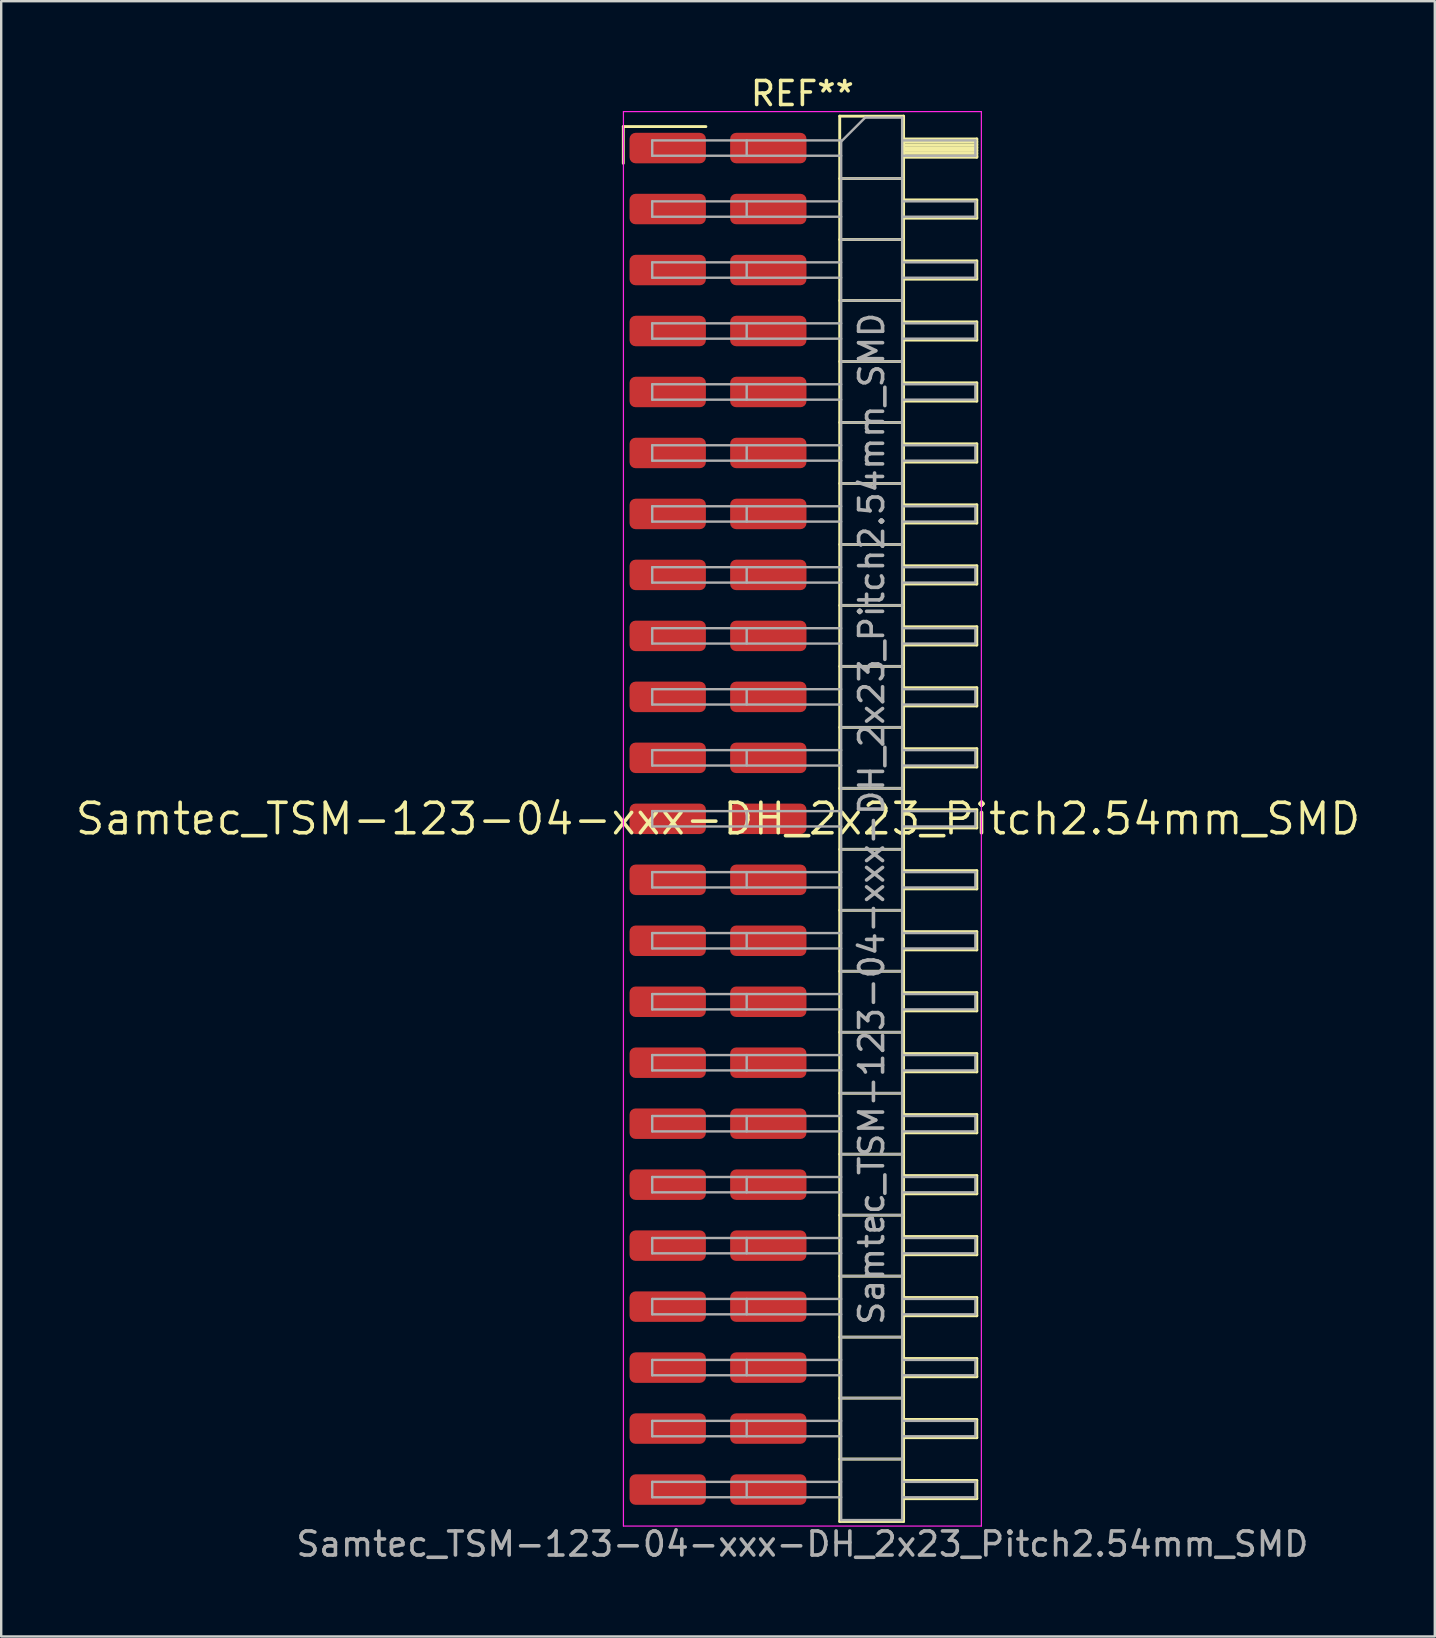
<source format=kicad_pcb>
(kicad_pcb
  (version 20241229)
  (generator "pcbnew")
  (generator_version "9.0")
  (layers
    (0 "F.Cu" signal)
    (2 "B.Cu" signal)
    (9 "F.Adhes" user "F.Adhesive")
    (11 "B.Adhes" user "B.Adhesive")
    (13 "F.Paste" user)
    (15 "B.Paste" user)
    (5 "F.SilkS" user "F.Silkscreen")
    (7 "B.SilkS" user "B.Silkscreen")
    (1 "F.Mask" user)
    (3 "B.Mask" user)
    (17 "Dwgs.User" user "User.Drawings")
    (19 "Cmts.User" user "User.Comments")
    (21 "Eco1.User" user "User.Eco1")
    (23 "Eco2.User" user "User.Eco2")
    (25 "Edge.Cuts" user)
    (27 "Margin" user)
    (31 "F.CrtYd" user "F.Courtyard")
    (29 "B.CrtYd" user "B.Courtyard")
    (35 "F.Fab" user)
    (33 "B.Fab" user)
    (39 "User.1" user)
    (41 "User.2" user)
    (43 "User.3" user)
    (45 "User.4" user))
  (footprint "Samtec_TSM-123-04-xxx-DH_2x23_Pitch2.54mm_SMD"
    (layer "F.Cu")
    (at 26.859 31.058)
    (property "Reference" "Samtec_TSM-123-04-xxx-DH_2x23_Pitch2.54mm_SMD" (at 0 0 0) (layer "F.SilkS") (effects (font (size 1.27 1.27) (thickness 0.15))))
    (attr smd)
    (fp_line (start -3.945 -28.835) (end -0.505 -28.835) (stroke (width 0.12) (type solid)) (layer "F.SilkS"))
    (fp_line (start -3.945 -27.305) (end -3.945 -28.835) (stroke (width 0.12) (type solid)) (layer "F.SilkS"))
    (fp_line (start 5.07 -29.27) (end 7.73 -29.27) (stroke (width 0.12) (type solid)) (layer "F.SilkS"))
    (fp_line (start 5.07 -26.67) (end 7.73 -26.67) (stroke (width 0.12) (type solid)) (layer "F.SilkS"))
    (fp_line (start 5.07 -24.13) (end 7.73 -24.13) (stroke (width 0.12) (type solid)) (layer "F.SilkS"))
    (fp_line (start 5.07 -21.59) (end 7.73 -21.59) (stroke (width 0.12) (type solid)) (layer "F.SilkS"))
    (fp_line (start 5.07 -19.05) (end 7.73 -19.05) (stroke (width 0.12) (type solid)) (layer "F.SilkS"))
    (fp_line (start 5.07 -16.51) (end 7.73 -16.51) (stroke (width 0.12) (type solid)) (layer "F.SilkS"))
    (fp_line (start 5.07 -13.97) (end 7.73 -13.97) (stroke (width 0.12) (type solid)) (layer "F.SilkS"))
    (fp_line (start 5.07 -11.43) (end 7.73 -11.43) (stroke (width 0.12) (type solid)) (layer "F.SilkS"))
    (fp_line (start 5.07 -8.89) (end 7.73 -8.89) (stroke (width 0.12) (type solid)) (layer "F.SilkS"))
    (fp_line (start 5.07 -6.35) (end 7.73 -6.35) (stroke (width 0.12) (type solid)) (layer "F.SilkS"))
    (fp_line (start 5.07 -3.81) (end 7.73 -3.81) (stroke (width 0.12) (type solid)) (layer "F.SilkS"))
    (fp_line (start 5.07 -1.27) (end 7.73 -1.27) (stroke (width 0.12) (type solid)) (layer "F.SilkS"))
    (fp_line (start 5.07 1.27) (end 7.73 1.27) (stroke (width 0.12) (type solid)) (layer "F.SilkS"))
    (fp_line (start 5.07 3.81) (end 7.73 3.81) (stroke (width 0.12) (type solid)) (layer "F.SilkS"))
    (fp_line (start 5.07 6.35) (end 7.73 6.35) (stroke (width 0.12) (type solid)) (layer "F.SilkS"))
    (fp_line (start 5.07 8.89) (end 7.73 8.89) (stroke (width 0.12) (type solid)) (layer "F.SilkS"))
    (fp_line (start 5.07 11.43) (end 7.73 11.43) (stroke (width 0.12) (type solid)) (layer "F.SilkS"))
    (fp_line (start 5.07 13.97) (end 7.73 13.97) (stroke (width 0.12) (type solid)) (layer "F.SilkS"))
    (fp_line (start 5.07 16.51) (end 7.73 16.51) (stroke (width 0.12) (type solid)) (layer "F.SilkS"))
    (fp_line (start 5.07 19.05) (end 7.73 19.05) (stroke (width 0.12) (type solid)) (layer "F.SilkS"))
    (fp_line (start 5.07 21.59) (end 7.73 21.59) (stroke (width 0.12) (type solid)) (layer "F.SilkS"))
    (fp_line (start 5.07 24.13) (end 7.73 24.13) (stroke (width 0.12) (type solid)) (layer "F.SilkS"))
    (fp_line (start 5.07 26.67) (end 7.73 26.67) (stroke (width 0.12) (type solid)) (layer "F.SilkS"))
    (fp_line (start 5.07 29.27) (end 5.07 -29.27) (stroke (width 0.12) (type solid)) (layer "F.SilkS"))
    (fp_line (start 7.73 -29.27) (end 7.73 29.27) (stroke (width 0.12) (type solid)) (layer "F.SilkS"))
    (fp_line (start 7.73 -28.32) (end 10.78 -28.32) (stroke (width 0.12) (type solid)) (layer "F.SilkS"))
    (fp_line (start 7.73 -28.2) (end 10.78 -28.2) (stroke (width 0.12) (type solid)) (layer "F.SilkS"))
    (fp_line (start 7.73 -28.08) (end 10.78 -28.08) (stroke (width 0.12) (type solid)) (layer "F.SilkS"))
    (fp_line (start 7.73 -27.96) (end 10.78 -27.96) (stroke (width 0.12) (type solid)) (layer "F.SilkS"))
    (fp_line (start 7.73 -27.84) (end 10.78 -27.84) (stroke (width 0.12) (type solid)) (layer "F.SilkS"))
    (fp_line (start 7.73 -27.72) (end 10.78 -27.72) (stroke (width 0.12) (type solid)) (layer "F.SilkS"))
    (fp_line (start 7.73 -27.6) (end 10.78 -27.6) (stroke (width 0.12) (type solid)) (layer "F.SilkS"))
    (fp_line (start 7.73 -27.56) (end 10.78 -27.56) (stroke (width 0.12) (type solid)) (layer "F.SilkS"))
    (fp_line (start 7.73 -25.78) (end 10.78 -25.78) (stroke (width 0.12) (type solid)) (layer "F.SilkS"))
    (fp_line (start 7.73 -25.02) (end 10.78 -25.02) (stroke (width 0.12) (type solid)) (layer "F.SilkS"))
    (fp_line (start 7.73 -23.24) (end 10.78 -23.24) (stroke (width 0.12) (type solid)) (layer "F.SilkS"))
    (fp_line (start 7.73 -22.48) (end 10.78 -22.48) (stroke (width 0.12) (type solid)) (layer "F.SilkS"))
    (fp_line (start 7.73 -20.7) (end 10.78 -20.7) (stroke (width 0.12) (type solid)) (layer "F.SilkS"))
    (fp_line (start 7.73 -19.94) (end 10.78 -19.94) (stroke (width 0.12) (type solid)) (layer "F.SilkS"))
    (fp_line (start 7.73 -18.16) (end 10.78 -18.16) (stroke (width 0.12) (type solid)) (layer "F.SilkS"))
    (fp_line (start 7.73 -17.4) (end 10.78 -17.4) (stroke (width 0.12) (type solid)) (layer "F.SilkS"))
    (fp_line (start 7.73 -15.62) (end 10.78 -15.62) (stroke (width 0.12) (type solid)) (layer "F.SilkS"))
    (fp_line (start 7.73 -14.86) (end 10.78 -14.86) (stroke (width 0.12) (type solid)) (layer "F.SilkS"))
    (fp_line (start 7.73 -13.08) (end 10.78 -13.08) (stroke (width 0.12) (type solid)) (layer "F.SilkS"))
    (fp_line (start 7.73 -12.32) (end 10.78 -12.32) (stroke (width 0.12) (type solid)) (layer "F.SilkS"))
    (fp_line (start 7.73 -10.54) (end 10.78 -10.54) (stroke (width 0.12) (type solid)) (layer "F.SilkS"))
    (fp_line (start 7.73 -9.78) (end 10.78 -9.78) (stroke (width 0.12) (type solid)) (layer "F.SilkS"))
    (fp_line (start 7.73 -8) (end 10.78 -8) (stroke (width 0.12) (type solid)) (layer "F.SilkS"))
    (fp_line (start 7.73 -7.24) (end 10.78 -7.24) (stroke (width 0.12) (type solid)) (layer "F.SilkS"))
    (fp_line (start 7.73 -5.46) (end 10.78 -5.46) (stroke (width 0.12) (type solid)) (layer "F.SilkS"))
    (fp_line (start 7.73 -4.7) (end 10.78 -4.7) (stroke (width 0.12) (type solid)) (layer "F.SilkS"))
    (fp_line (start 7.73 -2.92) (end 10.78 -2.92) (stroke (width 0.12) (type solid)) (layer "F.SilkS"))
    (fp_line (start 7.73 -2.16) (end 10.78 -2.16) (stroke (width 0.12) (type solid)) (layer "F.SilkS"))
    (fp_line (start 7.73 -0.38) (end 10.78 -0.38) (stroke (width 0.12) (type solid)) (layer "F.SilkS"))
    (fp_line (start 7.73 0.38) (end 10.78 0.38) (stroke (width 0.12) (type solid)) (layer "F.SilkS"))
    (fp_line (start 7.73 2.16) (end 10.78 2.16) (stroke (width 0.12) (type solid)) (layer "F.SilkS"))
    (fp_line (start 7.73 2.92) (end 10.78 2.92) (stroke (width 0.12) (type solid)) (layer "F.SilkS"))
    (fp_line (start 7.73 4.7) (end 10.78 4.7) (stroke (width 0.12) (type solid)) (layer "F.SilkS"))
    (fp_line (start 7.73 5.46) (end 10.78 5.46) (stroke (width 0.12) (type solid)) (layer "F.SilkS"))
    (fp_line (start 7.73 7.24) (end 10.78 7.24) (stroke (width 0.12) (type solid)) (layer "F.SilkS"))
    (fp_line (start 7.73 8) (end 10.78 8) (stroke (width 0.12) (type solid)) (layer "F.SilkS"))
    (fp_line (start 7.73 9.78) (end 10.78 9.78) (stroke (width 0.12) (type solid)) (layer "F.SilkS"))
    (fp_line (start 7.73 10.54) (end 10.78 10.54) (stroke (width 0.12) (type solid)) (layer "F.SilkS"))
    (fp_line (start 7.73 12.32) (end 10.78 12.32) (stroke (width 0.12) (type solid)) (layer "F.SilkS"))
    (fp_line (start 7.73 13.08) (end 10.78 13.08) (stroke (width 0.12) (type solid)) (layer "F.SilkS"))
    (fp_line (start 7.73 14.86) (end 10.78 14.86) (stroke (width 0.12) (type solid)) (layer "F.SilkS"))
    (fp_line (start 7.73 15.62) (end 10.78 15.62) (stroke (width 0.12) (type solid)) (layer "F.SilkS"))
    (fp_line (start 7.73 17.4) (end 10.78 17.4) (stroke (width 0.12) (type solid)) (layer "F.SilkS"))
    (fp_line (start 7.73 18.16) (end 10.78 18.16) (stroke (width 0.12) (type solid)) (layer "F.SilkS"))
    (fp_line (start 7.73 19.94) (end 10.78 19.94) (stroke (width 0.12) (type solid)) (layer "F.SilkS"))
    (fp_line (start 7.73 20.7) (end 10.78 20.7) (stroke (width 0.12) (type solid)) (layer "F.SilkS"))
    (fp_line (start 7.73 22.48) (end 10.78 22.48) (stroke (width 0.12) (type solid)) (layer "F.SilkS"))
    (fp_line (start 7.73 23.24) (end 10.78 23.24) (stroke (width 0.12) (type solid)) (layer "F.SilkS"))
    (fp_line (start 7.73 25.02) (end 10.78 25.02) (stroke (width 0.12) (type solid)) (layer "F.SilkS"))
    (fp_line (start 7.73 25.78) (end 10.78 25.78) (stroke (width 0.12) (type solid)) (layer "F.SilkS"))
    (fp_line (start 7.73 27.56) (end 10.78 27.56) (stroke (width 0.12) (type solid)) (layer "F.SilkS"))
    (fp_line (start 7.73 28.32) (end 10.78 28.32) (stroke (width 0.12) (type solid)) (layer "F.SilkS"))
    (fp_line (start 7.73 29.27) (end 5.07 29.27) (stroke (width 0.12) (type solid)) (layer "F.SilkS"))
    (fp_line (start 10.78 -28.32) (end 10.78 -27.56) (stroke (width 0.12) (type solid)) (layer "F.SilkS"))
    (fp_line (start 10.78 -25.78) (end 10.78 -25.02) (stroke (width 0.12) (type solid)) (layer "F.SilkS"))
    (fp_line (start 10.78 -23.24) (end 10.78 -22.48) (stroke (width 0.12) (type solid)) (layer "F.SilkS"))
    (fp_line (start 10.78 -20.7) (end 10.78 -19.94) (stroke (width 0.12) (type solid)) (layer "F.SilkS"))
    (fp_line (start 10.78 -18.16) (end 10.78 -17.4) (stroke (width 0.12) (type solid)) (layer "F.SilkS"))
    (fp_line (start 10.78 -15.62) (end 10.78 -14.86) (stroke (width 0.12) (type solid)) (layer "F.SilkS"))
    (fp_line (start 10.78 -13.08) (end 10.78 -12.32) (stroke (width 0.12) (type solid)) (layer "F.SilkS"))
    (fp_line (start 10.78 -10.54) (end 10.78 -9.78) (stroke (width 0.12) (type solid)) (layer "F.SilkS"))
    (fp_line (start 10.78 -8) (end 10.78 -7.24) (stroke (width 0.12) (type solid)) (layer "F.SilkS"))
    (fp_line (start 10.78 -5.46) (end 10.78 -4.7) (stroke (width 0.12) (type solid)) (layer "F.SilkS"))
    (fp_line (start 10.78 -2.92) (end 10.78 -2.16) (stroke (width 0.12) (type solid)) (layer "F.SilkS"))
    (fp_line (start 10.78 -0.38) (end 10.78 0.38) (stroke (width 0.12) (type solid)) (layer "F.SilkS"))
    (fp_line (start 10.78 2.16) (end 10.78 2.92) (stroke (width 0.12) (type solid)) (layer "F.SilkS"))
    (fp_line (start 10.78 4.7) (end 10.78 5.46) (stroke (width 0.12) (type solid)) (layer "F.SilkS"))
    (fp_line (start 10.78 7.24) (end 10.78 8) (stroke (width 0.12) (type solid)) (layer "F.SilkS"))
    (fp_line (start 10.78 9.78) (end 10.78 10.54) (stroke (width 0.12) (type solid)) (layer "F.SilkS"))
    (fp_line (start 10.78 12.32) (end 10.78 13.08) (stroke (width 0.12) (type solid)) (layer "F.SilkS"))
    (fp_line (start 10.78 14.86) (end 10.78 15.62) (stroke (width 0.12) (type solid)) (layer "F.SilkS"))
    (fp_line (start 10.78 17.4) (end 10.78 18.16) (stroke (width 0.12) (type solid)) (layer "F.SilkS"))
    (fp_line (start 10.78 19.94) (end 10.78 20.7) (stroke (width 0.12) (type solid)) (layer "F.SilkS"))
    (fp_line (start 10.78 22.48) (end 10.78 23.24) (stroke (width 0.12) (type solid)) (layer "F.SilkS"))
    (fp_line (start 10.78 25.02) (end 10.78 25.78) (stroke (width 0.12) (type solid)) (layer "F.SilkS"))
    (fp_line (start 10.78 27.56) (end 10.78 28.32) (stroke (width 0.12) (type solid)) (layer "F.SilkS"))
    (fp_line (start -3.94 -29.46) (end 10.97 -29.46) (stroke (width 0.05) (type solid)) (layer "F.CrtYd"))
    (fp_line (start -3.94 29.46) (end -3.94 -29.46) (stroke (width 0.05) (type solid)) (layer "F.CrtYd"))
    (fp_line (start 10.97 -29.46) (end 10.97 29.46) (stroke (width 0.05) (type solid)) (layer "F.CrtYd"))
    (fp_line (start 10.97 29.46) (end -3.94 29.46) (stroke (width 0.05) (type solid)) (layer "F.CrtYd"))
    (fp_line (start -2.74 -28.26) (end -2.74 -27.62) (stroke (width 0.1) (type solid)) (layer "F.Fab"))
    (fp_line (start -2.74 -28.26) (end 5.13 -28.26) (stroke (width 0.1) (type solid)) (layer "F.Fab"))
    (fp_line (start -2.74 -27.62) (end 5.13 -27.62) (stroke (width 0.1) (type solid)) (layer "F.Fab"))
    (fp_line (start -2.74 -25.72) (end -2.74 -25.08) (stroke (width 0.1) (type solid)) (layer "F.Fab"))
    (fp_line (start -2.74 -25.72) (end 5.13 -25.72) (stroke (width 0.1) (type solid)) (layer "F.Fab"))
    (fp_line (start -2.74 -25.08) (end 5.13 -25.08) (stroke (width 0.1) (type solid)) (layer "F.Fab"))
    (fp_line (start -2.74 -23.18) (end -2.74 -22.54) (stroke (width 0.1) (type solid)) (layer "F.Fab"))
    (fp_line (start -2.74 -23.18) (end 5.13 -23.18) (stroke (width 0.1) (type solid)) (layer "F.Fab"))
    (fp_line (start -2.74 -22.54) (end 5.13 -22.54) (stroke (width 0.1) (type solid)) (layer "F.Fab"))
    (fp_line (start -2.74 -20.64) (end -2.74 -20) (stroke (width 0.1) (type solid)) (layer "F.Fab"))
    (fp_line (start -2.74 -20.64) (end 5.13 -20.64) (stroke (width 0.1) (type solid)) (layer "F.Fab"))
    (fp_line (start -2.74 -20) (end 5.13 -20) (stroke (width 0.1) (type solid)) (layer "F.Fab"))
    (fp_line (start -2.74 -18.1) (end -2.74 -17.46) (stroke (width 0.1) (type solid)) (layer "F.Fab"))
    (fp_line (start -2.74 -18.1) (end 5.13 -18.1) (stroke (width 0.1) (type solid)) (layer "F.Fab"))
    (fp_line (start -2.74 -17.46) (end 5.13 -17.46) (stroke (width 0.1) (type solid)) (layer "F.Fab"))
    (fp_line (start -2.74 -15.56) (end -2.74 -14.92) (stroke (width 0.1) (type solid)) (layer "F.Fab"))
    (fp_line (start -2.74 -15.56) (end 5.13 -15.56) (stroke (width 0.1) (type solid)) (layer "F.Fab"))
    (fp_line (start -2.74 -14.92) (end 5.13 -14.92) (stroke (width 0.1) (type solid)) (layer "F.Fab"))
    (fp_line (start -2.74 -13.02) (end -2.74 -12.38) (stroke (width 0.1) (type solid)) (layer "F.Fab"))
    (fp_line (start -2.74 -13.02) (end 5.13 -13.02) (stroke (width 0.1) (type solid)) (layer "F.Fab"))
    (fp_line (start -2.74 -12.38) (end 5.13 -12.38) (stroke (width 0.1) (type solid)) (layer "F.Fab"))
    (fp_line (start -2.74 -10.48) (end -2.74 -9.84) (stroke (width 0.1) (type solid)) (layer "F.Fab"))
    (fp_line (start -2.74 -10.48) (end 5.13 -10.48) (stroke (width 0.1) (type solid)) (layer "F.Fab"))
    (fp_line (start -2.74 -9.84) (end 5.13 -9.84) (stroke (width 0.1) (type solid)) (layer "F.Fab"))
    (fp_line (start -2.74 -7.94) (end -2.74 -7.3) (stroke (width 0.1) (type solid)) (layer "F.Fab"))
    (fp_line (start -2.74 -7.94) (end 5.13 -7.94) (stroke (width 0.1) (type solid)) (layer "F.Fab"))
    (fp_line (start -2.74 -7.3) (end 5.13 -7.3) (stroke (width 0.1) (type solid)) (layer "F.Fab"))
    (fp_line (start -2.74 -5.4) (end -2.74 -4.76) (stroke (width 0.1) (type solid)) (layer "F.Fab"))
    (fp_line (start -2.74 -5.4) (end 5.13 -5.4) (stroke (width 0.1) (type solid)) (layer "F.Fab"))
    (fp_line (start -2.74 -4.76) (end 5.13 -4.76) (stroke (width 0.1) (type solid)) (layer "F.Fab"))
    (fp_line (start -2.74 -2.86) (end -2.74 -2.22) (stroke (width 0.1) (type solid)) (layer "F.Fab"))
    (fp_line (start -2.74 -2.86) (end 5.13 -2.86) (stroke (width 0.1) (type solid)) (layer "F.Fab"))
    (fp_line (start -2.74 -2.22) (end 5.13 -2.22) (stroke (width 0.1) (type solid)) (layer "F.Fab"))
    (fp_line (start -2.74 -0.32) (end -2.74 0.32) (stroke (width 0.1) (type solid)) (layer "F.Fab"))
    (fp_line (start -2.74 -0.32) (end 5.13 -0.32) (stroke (width 0.1) (type solid)) (layer "F.Fab"))
    (fp_line (start -2.74 0.32) (end 5.13 0.32) (stroke (width 0.1) (type solid)) (layer "F.Fab"))
    (fp_line (start -2.74 2.22) (end -2.74 2.86) (stroke (width 0.1) (type solid)) (layer "F.Fab"))
    (fp_line (start -2.74 2.22) (end 5.13 2.22) (stroke (width 0.1) (type solid)) (layer "F.Fab"))
    (fp_line (start -2.74 2.86) (end 5.13 2.86) (stroke (width 0.1) (type solid)) (layer "F.Fab"))
    (fp_line (start -2.74 4.76) (end -2.74 5.4) (stroke (width 0.1) (type solid)) (layer "F.Fab"))
    (fp_line (start -2.74 4.76) (end 5.13 4.76) (stroke (width 0.1) (type solid)) (layer "F.Fab"))
    (fp_line (start -2.74 5.4) (end 5.13 5.4) (stroke (width 0.1) (type solid)) (layer "F.Fab"))
    (fp_line (start -2.74 7.3) (end -2.74 7.94) (stroke (width 0.1) (type solid)) (layer "F.Fab"))
    (fp_line (start -2.74 7.3) (end 5.13 7.3) (stroke (width 0.1) (type solid)) (layer "F.Fab"))
    (fp_line (start -2.74 7.94) (end 5.13 7.94) (stroke (width 0.1) (type solid)) (layer "F.Fab"))
    (fp_line (start -2.74 9.84) (end -2.74 10.48) (stroke (width 0.1) (type solid)) (layer "F.Fab"))
    (fp_line (start -2.74 9.84) (end 5.13 9.84) (stroke (width 0.1) (type solid)) (layer "F.Fab"))
    (fp_line (start -2.74 10.48) (end 5.13 10.48) (stroke (width 0.1) (type solid)) (layer "F.Fab"))
    (fp_line (start -2.74 12.38) (end -2.74 13.02) (stroke (width 0.1) (type solid)) (layer "F.Fab"))
    (fp_line (start -2.74 12.38) (end 5.13 12.38) (stroke (width 0.1) (type solid)) (layer "F.Fab"))
    (fp_line (start -2.74 13.02) (end 5.13 13.02) (stroke (width 0.1) (type solid)) (layer "F.Fab"))
    (fp_line (start -2.74 14.92) (end -2.74 15.56) (stroke (width 0.1) (type solid)) (layer "F.Fab"))
    (fp_line (start -2.74 14.92) (end 5.13 14.92) (stroke (width 0.1) (type solid)) (layer "F.Fab"))
    (fp_line (start -2.74 15.56) (end 5.13 15.56) (stroke (width 0.1) (type solid)) (layer "F.Fab"))
    (fp_line (start -2.74 17.46) (end -2.74 18.1) (stroke (width 0.1) (type solid)) (layer "F.Fab"))
    (fp_line (start -2.74 17.46) (end 5.13 17.46) (stroke (width 0.1) (type solid)) (layer "F.Fab"))
    (fp_line (start -2.74 18.1) (end 5.13 18.1) (stroke (width 0.1) (type solid)) (layer "F.Fab"))
    (fp_line (start -2.74 20) (end -2.74 20.64) (stroke (width 0.1) (type solid)) (layer "F.Fab"))
    (fp_line (start -2.74 20) (end 5.13 20) (stroke (width 0.1) (type solid)) (layer "F.Fab"))
    (fp_line (start -2.74 20.64) (end 5.13 20.64) (stroke (width 0.1) (type solid)) (layer "F.Fab"))
    (fp_line (start -2.74 22.54) (end -2.74 23.18) (stroke (width 0.1) (type solid)) (layer "F.Fab"))
    (fp_line (start -2.74 22.54) (end 5.13 22.54) (stroke (width 0.1) (type solid)) (layer "F.Fab"))
    (fp_line (start -2.74 23.18) (end 5.13 23.18) (stroke (width 0.1) (type solid)) (layer "F.Fab"))
    (fp_line (start -2.74 25.08) (end -2.74 25.72) (stroke (width 0.1) (type solid)) (layer "F.Fab"))
    (fp_line (start -2.74 25.08) (end 5.13 25.08) (stroke (width 0.1) (type solid)) (layer "F.Fab"))
    (fp_line (start -2.74 25.72) (end 5.13 25.72) (stroke (width 0.1) (type solid)) (layer "F.Fab"))
    (fp_line (start -2.74 27.62) (end -2.74 28.26) (stroke (width 0.1) (type solid)) (layer "F.Fab"))
    (fp_line (start -2.74 27.62) (end 5.13 27.62) (stroke (width 0.1) (type solid)) (layer "F.Fab"))
    (fp_line (start -2.74 28.26) (end 5.13 28.26) (stroke (width 0.1) (type solid)) (layer "F.Fab"))
    (fp_line (start 1.195 -28.26) (end 1.195 -27.62) (stroke (width 0.1) (type solid)) (layer "F.Fab"))
    (fp_line (start 1.195 -25.72) (end 1.195 -25.08) (stroke (width 0.1) (type solid)) (layer "F.Fab"))
    (fp_line (start 1.195 -23.18) (end 1.195 -22.54) (stroke (width 0.1) (type solid)) (layer "F.Fab"))
    (fp_line (start 1.195 -20.64) (end 1.195 -20) (stroke (width 0.1) (type solid)) (layer "F.Fab"))
    (fp_line (start 1.195 -18.1) (end 1.195 -17.46) (stroke (width 0.1) (type solid)) (layer "F.Fab"))
    (fp_line (start 1.195 -15.56) (end 1.195 -14.92) (stroke (width 0.1) (type solid)) (layer "F.Fab"))
    (fp_line (start 1.195 -13.02) (end 1.195 -12.38) (stroke (width 0.1) (type solid)) (layer "F.Fab"))
    (fp_line (start 1.195 -10.48) (end 1.195 -9.84) (stroke (width 0.1) (type solid)) (layer "F.Fab"))
    (fp_line (start 1.195 -7.94) (end 1.195 -7.3) (stroke (width 0.1) (type solid)) (layer "F.Fab"))
    (fp_line (start 1.195 -5.4) (end 1.195 -4.76) (stroke (width 0.1) (type solid)) (layer "F.Fab"))
    (fp_line (start 1.195 -2.86) (end 1.195 -2.22) (stroke (width 0.1) (type solid)) (layer "F.Fab"))
    (fp_line (start 1.195 -0.32) (end 1.195 0.32) (stroke (width 0.1) (type solid)) (layer "F.Fab"))
    (fp_line (start 1.195 2.22) (end 1.195 2.86) (stroke (width 0.1) (type solid)) (layer "F.Fab"))
    (fp_line (start 1.195 4.76) (end 1.195 5.4) (stroke (width 0.1) (type solid)) (layer "F.Fab"))
    (fp_line (start 1.195 7.3) (end 1.195 7.94) (stroke (width 0.1) (type solid)) (layer "F.Fab"))
    (fp_line (start 1.195 9.84) (end 1.195 10.48) (stroke (width 0.1) (type solid)) (layer "F.Fab"))
    (fp_line (start 1.195 12.38) (end 1.195 13.02) (stroke (width 0.1) (type solid)) (layer "F.Fab"))
    (fp_line (start 1.195 14.92) (end 1.195 15.56) (stroke (width 0.1) (type solid)) (layer "F.Fab"))
    (fp_line (start 1.195 17.46) (end 1.195 18.1) (stroke (width 0.1) (type solid)) (layer "F.Fab"))
    (fp_line (start 1.195 20) (end 1.195 20.64) (stroke (width 0.1) (type solid)) (layer "F.Fab"))
    (fp_line (start 1.195 22.54) (end 1.195 23.18) (stroke (width 0.1) (type solid)) (layer "F.Fab"))
    (fp_line (start 1.195 25.08) (end 1.195 25.72) (stroke (width 0.1) (type solid)) (layer "F.Fab"))
    (fp_line (start 1.195 27.62) (end 1.195 28.26) (stroke (width 0.1) (type solid)) (layer "F.Fab"))
    (fp_line (start 5.13 -28.21) (end 6.13 -29.21) (stroke (width 0.1) (type solid)) (layer "F.Fab"))
    (fp_line (start 5.13 -26.67) (end 7.67 -26.67) (stroke (width 0.1) (type solid)) (layer "F.Fab"))
    (fp_line (start 5.13 -24.13) (end 7.67 -24.13) (stroke (width 0.1) (type solid)) (layer "F.Fab"))
    (fp_line (start 5.13 -21.59) (end 7.67 -21.59) (stroke (width 0.1) (type solid)) (layer "F.Fab"))
    (fp_line (start 5.13 -19.05) (end 7.67 -19.05) (stroke (width 0.1) (type solid)) (layer "F.Fab"))
    (fp_line (start 5.13 -16.51) (end 7.67 -16.51) (stroke (width 0.1) (type solid)) (layer "F.Fab"))
    (fp_line (start 5.13 -13.97) (end 7.67 -13.97) (stroke (width 0.1) (type solid)) (layer "F.Fab"))
    (fp_line (start 5.13 -11.43) (end 7.67 -11.43) (stroke (width 0.1) (type solid)) (layer "F.Fab"))
    (fp_line (start 5.13 -8.89) (end 7.67 -8.89) (stroke (width 0.1) (type solid)) (layer "F.Fab"))
    (fp_line (start 5.13 -6.35) (end 7.67 -6.35) (stroke (width 0.1) (type solid)) (layer "F.Fab"))
    (fp_line (start 5.13 -3.81) (end 7.67 -3.81) (stroke (width 0.1) (type solid)) (layer "F.Fab"))
    (fp_line (start 5.13 -1.27) (end 7.67 -1.27) (stroke (width 0.1) (type solid)) (layer "F.Fab"))
    (fp_line (start 5.13 1.27) (end 7.67 1.27) (stroke (width 0.1) (type solid)) (layer "F.Fab"))
    (fp_line (start 5.13 3.81) (end 7.67 3.81) (stroke (width 0.1) (type solid)) (layer "F.Fab"))
    (fp_line (start 5.13 6.35) (end 7.67 6.35) (stroke (width 0.1) (type solid)) (layer "F.Fab"))
    (fp_line (start 5.13 8.89) (end 7.67 8.89) (stroke (width 0.1) (type solid)) (layer "F.Fab"))
    (fp_line (start 5.13 11.43) (end 7.67 11.43) (stroke (width 0.1) (type solid)) (layer "F.Fab"))
    (fp_line (start 5.13 13.97) (end 7.67 13.97) (stroke (width 0.1) (type solid)) (layer "F.Fab"))
    (fp_line (start 5.13 16.51) (end 7.67 16.51) (stroke (width 0.1) (type solid)) (layer "F.Fab"))
    (fp_line (start 5.13 19.05) (end 7.67 19.05) (stroke (width 0.1) (type solid)) (layer "F.Fab"))
    (fp_line (start 5.13 21.59) (end 7.67 21.59) (stroke (width 0.1) (type solid)) (layer "F.Fab"))
    (fp_line (start 5.13 24.13) (end 7.67 24.13) (stroke (width 0.1) (type solid)) (layer "F.Fab"))
    (fp_line (start 5.13 26.67) (end 7.67 26.67) (stroke (width 0.1) (type solid)) (layer "F.Fab"))
    (fp_line (start 5.13 29.21) (end 5.13 -28.21) (stroke (width 0.1) (type solid)) (layer "F.Fab"))
    (fp_line (start 6.13 -29.21) (end 7.67 -29.21) (stroke (width 0.1) (type solid)) (layer "F.Fab"))
    (fp_line (start 7.67 -29.21) (end 7.67 29.21) (stroke (width 0.1) (type solid)) (layer "F.Fab"))
    (fp_line (start 7.67 -28.26) (end 10.72 -28.26) (stroke (width 0.1) (type solid)) (layer "F.Fab"))
    (fp_line (start 7.67 -27.62) (end 10.72 -27.62) (stroke (width 0.1) (type solid)) (layer "F.Fab"))
    (fp_line (start 7.67 -25.72) (end 10.72 -25.72) (stroke (width 0.1) (type solid)) (layer "F.Fab"))
    (fp_line (start 7.67 -25.08) (end 10.72 -25.08) (stroke (width 0.1) (type solid)) (layer "F.Fab"))
    (fp_line (start 7.67 -23.18) (end 10.72 -23.18) (stroke (width 0.1) (type solid)) (layer "F.Fab"))
    (fp_line (start 7.67 -22.54) (end 10.72 -22.54) (stroke (width 0.1) (type solid)) (layer "F.Fab"))
    (fp_line (start 7.67 -20.64) (end 10.72 -20.64) (stroke (width 0.1) (type solid)) (layer "F.Fab"))
    (fp_line (start 7.67 -20) (end 10.72 -20) (stroke (width 0.1) (type solid)) (layer "F.Fab"))
    (fp_line (start 7.67 -18.1) (end 10.72 -18.1) (stroke (width 0.1) (type solid)) (layer "F.Fab"))
    (fp_line (start 7.67 -17.46) (end 10.72 -17.46) (stroke (width 0.1) (type solid)) (layer "F.Fab"))
    (fp_line (start 7.67 -15.56) (end 10.72 -15.56) (stroke (width 0.1) (type solid)) (layer "F.Fab"))
    (fp_line (start 7.67 -14.92) (end 10.72 -14.92) (stroke (width 0.1) (type solid)) (layer "F.Fab"))
    (fp_line (start 7.67 -13.02) (end 10.72 -13.02) (stroke (width 0.1) (type solid)) (layer "F.Fab"))
    (fp_line (start 7.67 -12.38) (end 10.72 -12.38) (stroke (width 0.1) (type solid)) (layer "F.Fab"))
    (fp_line (start 7.67 -10.48) (end 10.72 -10.48) (stroke (width 0.1) (type solid)) (layer "F.Fab"))
    (fp_line (start 7.67 -9.84) (end 10.72 -9.84) (stroke (width 0.1) (type solid)) (layer "F.Fab"))
    (fp_line (start 7.67 -7.94) (end 10.72 -7.94) (stroke (width 0.1) (type solid)) (layer "F.Fab"))
    (fp_line (start 7.67 -7.3) (end 10.72 -7.3) (stroke (width 0.1) (type solid)) (layer "F.Fab"))
    (fp_line (start 7.67 -5.4) (end 10.72 -5.4) (stroke (width 0.1) (type solid)) (layer "F.Fab"))
    (fp_line (start 7.67 -4.76) (end 10.72 -4.76) (stroke (width 0.1) (type solid)) (layer "F.Fab"))
    (fp_line (start 7.67 -2.86) (end 10.72 -2.86) (stroke (width 0.1) (type solid)) (layer "F.Fab"))
    (fp_line (start 7.67 -2.22) (end 10.72 -2.22) (stroke (width 0.1) (type solid)) (layer "F.Fab"))
    (fp_line (start 7.67 -0.32) (end 10.72 -0.32) (stroke (width 0.1) (type solid)) (layer "F.Fab"))
    (fp_line (start 7.67 0.32) (end 10.72 0.32) (stroke (width 0.1) (type solid)) (layer "F.Fab"))
    (fp_line (start 7.67 2.22) (end 10.72 2.22) (stroke (width 0.1) (type solid)) (layer "F.Fab"))
    (fp_line (start 7.67 2.86) (end 10.72 2.86) (stroke (width 0.1) (type solid)) (layer "F.Fab"))
    (fp_line (start 7.67 4.76) (end 10.72 4.76) (stroke (width 0.1) (type solid)) (layer "F.Fab"))
    (fp_line (start 7.67 5.4) (end 10.72 5.4) (stroke (width 0.1) (type solid)) (layer "F.Fab"))
    (fp_line (start 7.67 7.3) (end 10.72 7.3) (stroke (width 0.1) (type solid)) (layer "F.Fab"))
    (fp_line (start 7.67 7.94) (end 10.72 7.94) (stroke (width 0.1) (type solid)) (layer "F.Fab"))
    (fp_line (start 7.67 9.84) (end 10.72 9.84) (stroke (width 0.1) (type solid)) (layer "F.Fab"))
    (fp_line (start 7.67 10.48) (end 10.72 10.48) (stroke (width 0.1) (type solid)) (layer "F.Fab"))
    (fp_line (start 7.67 12.38) (end 10.72 12.38) (stroke (width 0.1) (type solid)) (layer "F.Fab"))
    (fp_line (start 7.67 13.02) (end 10.72 13.02) (stroke (width 0.1) (type solid)) (layer "F.Fab"))
    (fp_line (start 7.67 14.92) (end 10.72 14.92) (stroke (width 0.1) (type solid)) (layer "F.Fab"))
    (fp_line (start 7.67 15.56) (end 10.72 15.56) (stroke (width 0.1) (type solid)) (layer "F.Fab"))
    (fp_line (start 7.67 17.46) (end 10.72 17.46) (stroke (width 0.1) (type solid)) (layer "F.Fab"))
    (fp_line (start 7.67 18.1) (end 10.72 18.1) (stroke (width 0.1) (type solid)) (layer "F.Fab"))
    (fp_line (start 7.67 20) (end 10.72 20) (stroke (width 0.1) (type solid)) (layer "F.Fab"))
    (fp_line (start 7.67 20.64) (end 10.72 20.64) (stroke (width 0.1) (type solid)) (layer "F.Fab"))
    (fp_line (start 7.67 22.54) (end 10.72 22.54) (stroke (width 0.1) (type solid)) (layer "F.Fab"))
    (fp_line (start 7.67 23.18) (end 10.72 23.18) (stroke (width 0.1) (type solid)) (layer "F.Fab"))
    (fp_line (start 7.67 25.08) (end 10.72 25.08) (stroke (width 0.1) (type solid)) (layer "F.Fab"))
    (fp_line (start 7.67 25.72) (end 10.72 25.72) (stroke (width 0.1) (type solid)) (layer "F.Fab"))
    (fp_line (start 7.67 27.62) (end 10.72 27.62) (stroke (width 0.1) (type solid)) (layer "F.Fab"))
    (fp_line (start 7.67 28.26) (end 10.72 28.26) (stroke (width 0.1) (type solid)) (layer "F.Fab"))
    (fp_line (start 7.67 29.21) (end 5.13 29.21) (stroke (width 0.1) (type solid)) (layer "F.Fab"))
    (fp_line (start 10.72 -28.26) (end 10.72 -27.62) (stroke (width 0.1) (type solid)) (layer "F.Fab"))
    (fp_line (start 10.72 -25.72) (end 10.72 -25.08) (stroke (width 0.1) (type solid)) (layer "F.Fab"))
    (fp_line (start 10.72 -23.18) (end 10.72 -22.54) (stroke (width 0.1) (type solid)) (layer "F.Fab"))
    (fp_line (start 10.72 -20.64) (end 10.72 -20) (stroke (width 0.1) (type solid)) (layer "F.Fab"))
    (fp_line (start 10.72 -18.1) (end 10.72 -17.46) (stroke (width 0.1) (type solid)) (layer "F.Fab"))
    (fp_line (start 10.72 -15.56) (end 10.72 -14.92) (stroke (width 0.1) (type solid)) (layer "F.Fab"))
    (fp_line (start 10.72 -13.02) (end 10.72 -12.38) (stroke (width 0.1) (type solid)) (layer "F.Fab"))
    (fp_line (start 10.72 -10.48) (end 10.72 -9.84) (stroke (width 0.1) (type solid)) (layer "F.Fab"))
    (fp_line (start 10.72 -7.94) (end 10.72 -7.3) (stroke (width 0.1) (type solid)) (layer "F.Fab"))
    (fp_line (start 10.72 -5.4) (end 10.72 -4.76) (stroke (width 0.1) (type solid)) (layer "F.Fab"))
    (fp_line (start 10.72 -2.86) (end 10.72 -2.22) (stroke (width 0.1) (type solid)) (layer "F.Fab"))
    (fp_line (start 10.72 -0.32) (end 10.72 0.32) (stroke (width 0.1) (type solid)) (layer "F.Fab"))
    (fp_line (start 10.72 2.22) (end 10.72 2.86) (stroke (width 0.1) (type solid)) (layer "F.Fab"))
    (fp_line (start 10.72 4.76) (end 10.72 5.4) (stroke (width 0.1) (type solid)) (layer "F.Fab"))
    (fp_line (start 10.72 7.3) (end 10.72 7.94) (stroke (width 0.1) (type solid)) (layer "F.Fab"))
    (fp_line (start 10.72 9.84) (end 10.72 10.48) (stroke (width 0.1) (type solid)) (layer "F.Fab"))
    (fp_line (start 10.72 12.38) (end 10.72 13.02) (stroke (width 0.1) (type solid)) (layer "F.Fab"))
    (fp_line (start 10.72 14.92) (end 10.72 15.56) (stroke (width 0.1) (type solid)) (layer "F.Fab"))
    (fp_line (start 10.72 17.46) (end 10.72 18.1) (stroke (width 0.1) (type solid)) (layer "F.Fab"))
    (fp_line (start 10.72 20) (end 10.72 20.64) (stroke (width 0.1) (type solid)) (layer "F.Fab"))
    (fp_line (start 10.72 22.54) (end 10.72 23.18) (stroke (width 0.1) (type solid)) (layer "F.Fab"))
    (fp_line (start 10.72 25.08) (end 10.72 25.72) (stroke (width 0.1) (type solid)) (layer "F.Fab"))
    (fp_line (start 10.72 27.62) (end 10.72 28.26) (stroke (width 0.1) (type solid)) (layer "F.Fab"))
    (fp_text user "REF**" (at 3.515 -30.21 0) (layer "F.SilkS") (effects (font (size 1 1) (thickness 0.15))))
    (fp_text user "Samtec_TSM-123-04-xxx-DH_2x23_Pitch2.54mm_SMD" (at 3.515 30.21 0) (layer "F.Fab") (effects (font (size 1 1) (thickness 0.15))))
    (fp_text user "${REFERENCE}" (at 6.4 0 90) (layer "F.Fab") (effects (font (size 1 1) (thickness 0.15))))
    (pad "1" smd roundrect (at -2.095 -27.94) (size 3.18 1.27) (layers "F.Cu" "F.Mask" "F.Paste") (roundrect_rratio 0.197))
    (pad "2" smd roundrect (at 2.095 -27.94) (size 3.18 1.27) (layers "F.Cu" "F.Mask" "F.Paste") (roundrect_rratio 0.197))
    (pad "3" smd roundrect (at -2.095 -25.4) (size 3.18 1.27) (layers "F.Cu" "F.Mask" "F.Paste") (roundrect_rratio 0.197))
    (pad "4" smd roundrect (at 2.095 -25.4) (size 3.18 1.27) (layers "F.Cu" "F.Mask" "F.Paste") (roundrect_rratio 0.197))
    (pad "5" smd roundrect (at -2.095 -22.86) (size 3.18 1.27) (layers "F.Cu" "F.Mask" "F.Paste") (roundrect_rratio 0.197))
    (pad "6" smd roundrect (at 2.095 -22.86) (size 3.18 1.27) (layers "F.Cu" "F.Mask" "F.Paste") (roundrect_rratio 0.197))
    (pad "7" smd roundrect (at -2.095 -20.32) (size 3.18 1.27) (layers "F.Cu" "F.Mask" "F.Paste") (roundrect_rratio 0.197))
    (pad "8" smd roundrect (at 2.095 -20.32) (size 3.18 1.27) (layers "F.Cu" "F.Mask" "F.Paste") (roundrect_rratio 0.197))
    (pad "9" smd roundrect (at -2.095 -17.78) (size 3.18 1.27) (layers "F.Cu" "F.Mask" "F.Paste") (roundrect_rratio 0.197))
    (pad "10" smd roundrect (at 2.095 -17.78) (size 3.18 1.27) (layers "F.Cu" "F.Mask" "F.Paste") (roundrect_rratio 0.197))
    (pad "11" smd roundrect (at -2.095 -15.24) (size 3.18 1.27) (layers "F.Cu" "F.Mask" "F.Paste") (roundrect_rratio 0.197))
    (pad "12" smd roundrect (at 2.095 -15.24) (size 3.18 1.27) (layers "F.Cu" "F.Mask" "F.Paste") (roundrect_rratio 0.197))
    (pad "13" smd roundrect (at -2.095 -12.7) (size 3.18 1.27) (layers "F.Cu" "F.Mask" "F.Paste") (roundrect_rratio 0.197))
    (pad "14" smd roundrect (at 2.095 -12.7) (size 3.18 1.27) (layers "F.Cu" "F.Mask" "F.Paste") (roundrect_rratio 0.197))
    (pad "15" smd roundrect (at -2.095 -10.16) (size 3.18 1.27) (layers "F.Cu" "F.Mask" "F.Paste") (roundrect_rratio 0.197))
    (pad "16" smd roundrect (at 2.095 -10.16) (size 3.18 1.27) (layers "F.Cu" "F.Mask" "F.Paste") (roundrect_rratio 0.197))
    (pad "17" smd roundrect (at -2.095 -7.62) (size 3.18 1.27) (layers "F.Cu" "F.Mask" "F.Paste") (roundrect_rratio 0.197))
    (pad "18" smd roundrect (at 2.095 -7.62) (size 3.18 1.27) (layers "F.Cu" "F.Mask" "F.Paste") (roundrect_rratio 0.197))
    (pad "19" smd roundrect (at -2.095 -5.08) (size 3.18 1.27) (layers "F.Cu" "F.Mask" "F.Paste") (roundrect_rratio 0.197))
    (pad "20" smd roundrect (at 2.095 -5.08) (size 3.18 1.27) (layers "F.Cu" "F.Mask" "F.Paste") (roundrect_rratio 0.197))
    (pad "21" smd roundrect (at -2.095 -2.54) (size 3.18 1.27) (layers "F.Cu" "F.Mask" "F.Paste") (roundrect_rratio 0.197))
    (pad "22" smd roundrect (at 2.095 -2.54) (size 3.18 1.27) (layers "F.Cu" "F.Mask" "F.Paste") (roundrect_rratio 0.197))
    (pad "23" smd roundrect (at -2.095 0) (size 3.18 1.27) (layers "F.Cu" "F.Mask" "F.Paste") (roundrect_rratio 0.197))
    (pad "24" smd roundrect (at 2.095 0) (size 3.18 1.27) (layers "F.Cu" "F.Mask" "F.Paste") (roundrect_rratio 0.197))
    (pad "25" smd roundrect (at -2.095 2.54) (size 3.18 1.27) (layers "F.Cu" "F.Mask" "F.Paste") (roundrect_rratio 0.197))
    (pad "26" smd roundrect (at 2.095 2.54) (size 3.18 1.27) (layers "F.Cu" "F.Mask" "F.Paste") (roundrect_rratio 0.197))
    (pad "27" smd roundrect (at -2.095 5.08) (size 3.18 1.27) (layers "F.Cu" "F.Mask" "F.Paste") (roundrect_rratio 0.197))
    (pad "28" smd roundrect (at 2.095 5.08) (size 3.18 1.27) (layers "F.Cu" "F.Mask" "F.Paste") (roundrect_rratio 0.197))
    (pad "29" smd roundrect (at -2.095 7.62) (size 3.18 1.27) (layers "F.Cu" "F.Mask" "F.Paste") (roundrect_rratio 0.197))
    (pad "30" smd roundrect (at 2.095 7.62) (size 3.18 1.27) (layers "F.Cu" "F.Mask" "F.Paste") (roundrect_rratio 0.197))
    (pad "31" smd roundrect (at -2.095 10.16) (size 3.18 1.27) (layers "F.Cu" "F.Mask" "F.Paste") (roundrect_rratio 0.197))
    (pad "32" smd roundrect (at 2.095 10.16) (size 3.18 1.27) (layers "F.Cu" "F.Mask" "F.Paste") (roundrect_rratio 0.197))
    (pad "33" smd roundrect (at -2.095 12.7) (size 3.18 1.27) (layers "F.Cu" "F.Mask" "F.Paste") (roundrect_rratio 0.197))
    (pad "34" smd roundrect (at 2.095 12.7) (size 3.18 1.27) (layers "F.Cu" "F.Mask" "F.Paste") (roundrect_rratio 0.197))
    (pad "35" smd roundrect (at -2.095 15.24) (size 3.18 1.27) (layers "F.Cu" "F.Mask" "F.Paste") (roundrect_rratio 0.197))
    (pad "36" smd roundrect (at 2.095 15.24) (size 3.18 1.27) (layers "F.Cu" "F.Mask" "F.Paste") (roundrect_rratio 0.197))
    (pad "37" smd roundrect (at -2.095 17.78) (size 3.18 1.27) (layers "F.Cu" "F.Mask" "F.Paste") (roundrect_rratio 0.197))
    (pad "38" smd roundrect (at 2.095 17.78) (size 3.18 1.27) (layers "F.Cu" "F.Mask" "F.Paste") (roundrect_rratio 0.197))
    (pad "39" smd roundrect (at -2.095 20.32) (size 3.18 1.27) (layers "F.Cu" "F.Mask" "F.Paste") (roundrect_rratio 0.197))
    (pad "40" smd roundrect (at 2.095 20.32) (size 3.18 1.27) (layers "F.Cu" "F.Mask" "F.Paste") (roundrect_rratio 0.197))
    (pad "41" smd roundrect (at -2.095 22.86) (size 3.18 1.27) (layers "F.Cu" "F.Mask" "F.Paste") (roundrect_rratio 0.197))
    (pad "42" smd roundrect (at 2.095 22.86) (size 3.18 1.27) (layers "F.Cu" "F.Mask" "F.Paste") (roundrect_rratio 0.197))
    (pad "43" smd roundrect (at -2.095 25.4) (size 3.18 1.27) (layers "F.Cu" "F.Mask" "F.Paste") (roundrect_rratio 0.197))
    (pad "44" smd roundrect (at 2.095 25.4) (size 3.18 1.27) (layers "F.Cu" "F.Mask" "F.Paste") (roundrect_rratio 0.197))
    (pad "45" smd roundrect (at -2.095 27.94) (size 3.18 1.27) (layers "F.Cu" "F.Mask" "F.Paste") (roundrect_rratio 0.197))
    (pad "46" smd roundrect (at 2.095 27.94) (size 3.18 1.27) (layers "F.Cu" "F.Mask" "F.Paste") (roundrect_rratio 0.197)))
  (gr_rect
    (start -3 -3)
    (end 56.717 65.117)
    (stroke (width 0.1) (type default))
    (fill no)
    (layer "Edge.Cuts")))
</source>
